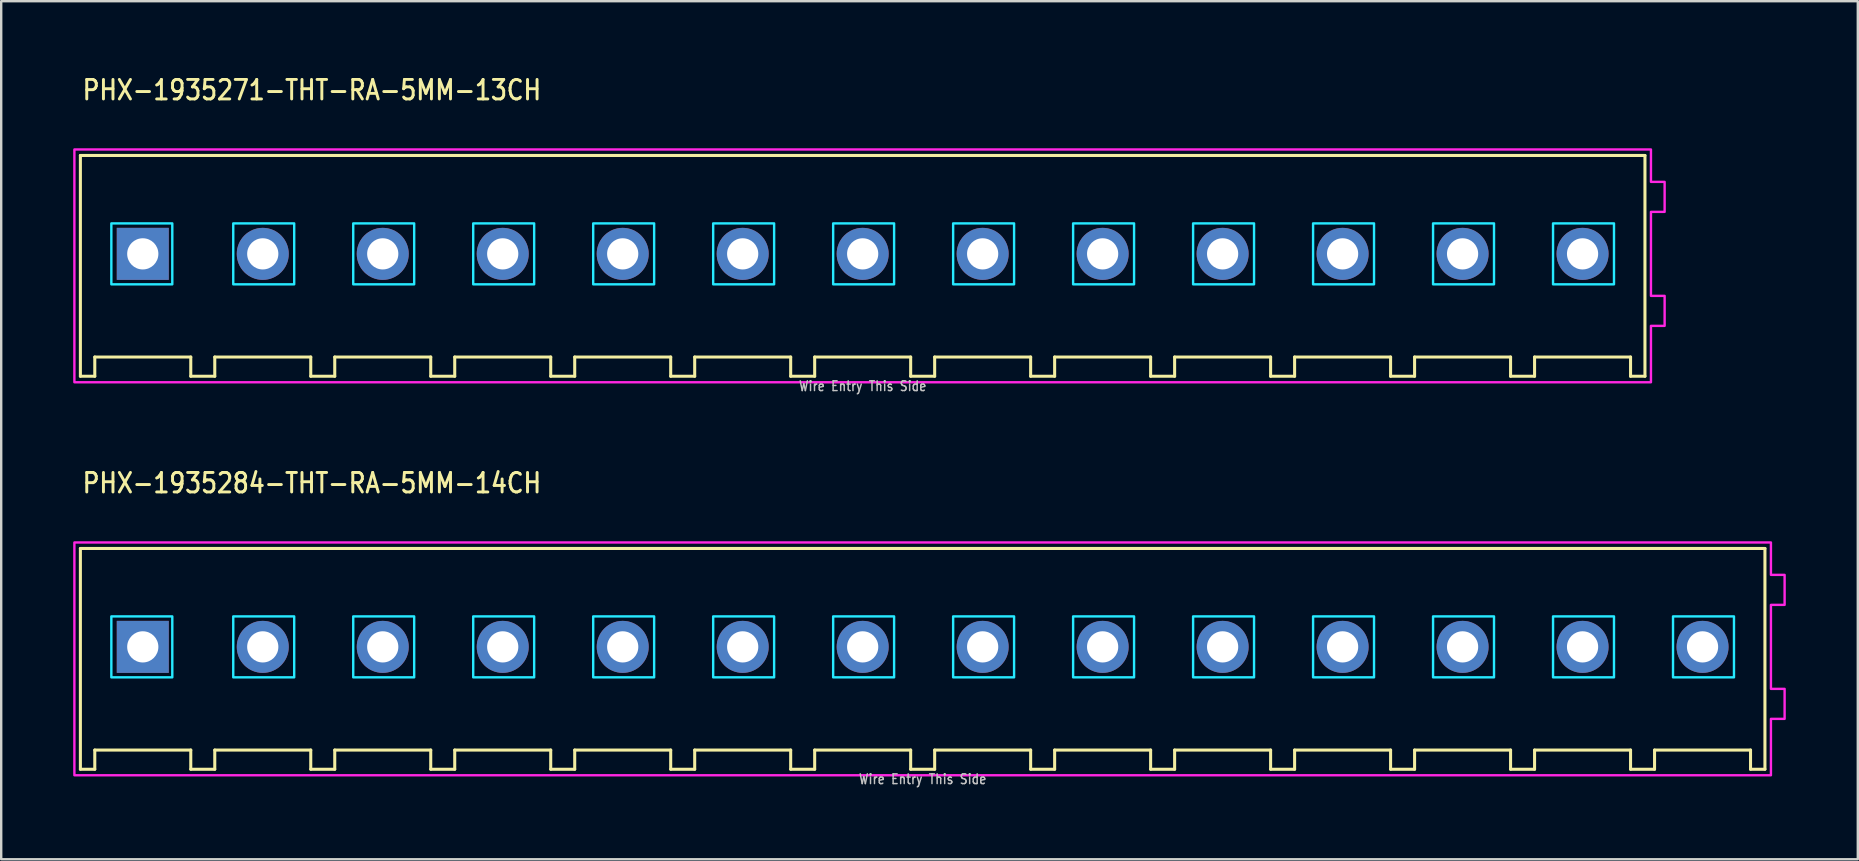
<source format=kicad_pcb>
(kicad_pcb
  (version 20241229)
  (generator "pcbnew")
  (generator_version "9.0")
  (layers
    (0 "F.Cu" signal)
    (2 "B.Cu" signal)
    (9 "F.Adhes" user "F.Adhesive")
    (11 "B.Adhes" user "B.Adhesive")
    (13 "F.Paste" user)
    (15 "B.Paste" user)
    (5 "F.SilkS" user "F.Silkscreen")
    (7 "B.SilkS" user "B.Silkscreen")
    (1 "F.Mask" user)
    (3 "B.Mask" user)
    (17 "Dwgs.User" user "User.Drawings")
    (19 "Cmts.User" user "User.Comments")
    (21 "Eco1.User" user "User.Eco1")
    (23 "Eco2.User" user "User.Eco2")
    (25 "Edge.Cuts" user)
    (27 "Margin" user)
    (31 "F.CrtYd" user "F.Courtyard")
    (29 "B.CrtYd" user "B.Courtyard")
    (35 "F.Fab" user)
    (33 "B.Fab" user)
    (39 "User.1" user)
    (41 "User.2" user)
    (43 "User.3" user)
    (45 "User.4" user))
  (footprint "PHX-1935271-THT-RA-5MM-13CH"
    (layer "F.Cu")
    (at 32.9 7.529)
    (property "Reference" "PHX-1935271-THT-RA-5MM-13CH" (at -32.58 -6.35 0) (unlocked yes) (layer "F.SilkS") (effects (font (size 0.813 0.695) (thickness 0.122)) (justify left bottom)))
    (fp_line (start -32.6 -4.1) (end -32.6 5.1) (stroke (width 0.127) (type solid)) (layer "F.SilkS"))
    (fp_line (start -32.6 5.1) (end -32 5.1) (stroke (width 0.127) (type solid)) (layer "F.SilkS"))
    (fp_line (start -32 4.3) (end -28 4.3) (stroke (width 0.127) (type solid)) (layer "F.SilkS"))
    (fp_line (start -32 5.1) (end -32 4.3) (stroke (width 0.127) (type solid)) (layer "F.SilkS"))
    (fp_line (start -28 4.3) (end -28 5.1) (stroke (width 0.127) (type solid)) (layer "F.SilkS"))
    (fp_line (start -28 5.1) (end -27 5.1) (stroke (width 0.127) (type solid)) (layer "F.SilkS"))
    (fp_line (start -27 4.3) (end -23 4.3) (stroke (width 0.127) (type solid)) (layer "F.SilkS"))
    (fp_line (start -27 5.1) (end -27 4.3) (stroke (width 0.127) (type solid)) (layer "F.SilkS"))
    (fp_line (start -23 4.3) (end -23 5.1) (stroke (width 0.127) (type solid)) (layer "F.SilkS"))
    (fp_line (start -23 5.1) (end -22 5.1) (stroke (width 0.127) (type solid)) (layer "F.SilkS"))
    (fp_line (start -22 4.3) (end -18 4.3) (stroke (width 0.127) (type solid)) (layer "F.SilkS"))
    (fp_line (start -22 5.1) (end -22 4.3) (stroke (width 0.127) (type solid)) (layer "F.SilkS"))
    (fp_line (start -18 4.3) (end -18 5.1) (stroke (width 0.127) (type solid)) (layer "F.SilkS"))
    (fp_line (start -18 5.1) (end -17 5.1) (stroke (width 0.127) (type solid)) (layer "F.SilkS"))
    (fp_line (start -17 4.3) (end -13 4.3) (stroke (width 0.127) (type solid)) (layer "F.SilkS"))
    (fp_line (start -17 5.1) (end -17 4.3) (stroke (width 0.127) (type solid)) (layer "F.SilkS"))
    (fp_line (start -13 4.3) (end -13 5.1) (stroke (width 0.127) (type solid)) (layer "F.SilkS"))
    (fp_line (start -13 5.1) (end -12 5.1) (stroke (width 0.127) (type solid)) (layer "F.SilkS"))
    (fp_line (start -12 4.3) (end -8 4.3) (stroke (width 0.127) (type solid)) (layer "F.SilkS"))
    (fp_line (start -12 5.1) (end -12 4.3) (stroke (width 0.127) (type solid)) (layer "F.SilkS"))
    (fp_line (start -8 4.3) (end -8 5.1) (stroke (width 0.127) (type solid)) (layer "F.SilkS"))
    (fp_line (start -8 5.1) (end -7 5.1) (stroke (width 0.127) (type solid)) (layer "F.SilkS"))
    (fp_line (start -7 4.3) (end -3 4.3) (stroke (width 0.127) (type solid)) (layer "F.SilkS"))
    (fp_line (start -7 5.1) (end -7 4.3) (stroke (width 0.127) (type solid)) (layer "F.SilkS"))
    (fp_line (start -3 4.3) (end -3 5.1) (stroke (width 0.127) (type solid)) (layer "F.SilkS"))
    (fp_line (start -3 5.1) (end -2 5.1) (stroke (width 0.127) (type solid)) (layer "F.SilkS"))
    (fp_line (start -2 4.3) (end 2 4.3) (stroke (width 0.127) (type solid)) (layer "F.SilkS"))
    (fp_line (start -2 5.1) (end -2 4.3) (stroke (width 0.127) (type solid)) (layer "F.SilkS"))
    (fp_line (start 2 4.3) (end 2 5.1) (stroke (width 0.127) (type solid)) (layer "F.SilkS"))
    (fp_line (start 2 5.1) (end 3 5.1) (stroke (width 0.127) (type solid)) (layer "F.SilkS"))
    (fp_line (start 3 4.3) (end 7 4.3) (stroke (width 0.127) (type solid)) (layer "F.SilkS"))
    (fp_line (start 3 5.1) (end 3 4.3) (stroke (width 0.127) (type solid)) (layer "F.SilkS"))
    (fp_line (start 7 4.3) (end 7 5.1) (stroke (width 0.127) (type solid)) (layer "F.SilkS"))
    (fp_line (start 7 5.1) (end 8 5.1) (stroke (width 0.127) (type solid)) (layer "F.SilkS"))
    (fp_line (start 8 4.3) (end 12 4.3) (stroke (width 0.127) (type solid)) (layer "F.SilkS"))
    (fp_line (start 8 5.1) (end 8 4.3) (stroke (width 0.127) (type solid)) (layer "F.SilkS"))
    (fp_line (start 12 4.3) (end 12 5.1) (stroke (width 0.127) (type solid)) (layer "F.SilkS"))
    (fp_line (start 12 5.1) (end 13 5.1) (stroke (width 0.127) (type solid)) (layer "F.SilkS"))
    (fp_line (start 13 4.3) (end 17 4.3) (stroke (width 0.127) (type solid)) (layer "F.SilkS"))
    (fp_line (start 13 5.1) (end 13 4.3) (stroke (width 0.127) (type solid)) (layer "F.SilkS"))
    (fp_line (start 17 4.3) (end 17 5.1) (stroke (width 0.127) (type solid)) (layer "F.SilkS"))
    (fp_line (start 17 5.1) (end 18 5.1) (stroke (width 0.127) (type solid)) (layer "F.SilkS"))
    (fp_line (start 18 4.3) (end 22 4.3) (stroke (width 0.127) (type solid)) (layer "F.SilkS"))
    (fp_line (start 18 5.1) (end 18 4.3) (stroke (width 0.127) (type solid)) (layer "F.SilkS"))
    (fp_line (start 22 4.3) (end 22 5.1) (stroke (width 0.127) (type solid)) (layer "F.SilkS"))
    (fp_line (start 22 5.1) (end 23 5.1) (stroke (width 0.127) (type solid)) (layer "F.SilkS"))
    (fp_line (start 23 4.3) (end 27 4.3) (stroke (width 0.127) (type solid)) (layer "F.SilkS"))
    (fp_line (start 23 5.1) (end 23 4.3) (stroke (width 0.127) (type solid)) (layer "F.SilkS"))
    (fp_line (start 27 4.3) (end 27 5.1) (stroke (width 0.127) (type solid)) (layer "F.SilkS"))
    (fp_line (start 27 5.1) (end 28 5.1) (stroke (width 0.127) (type solid)) (layer "F.SilkS"))
    (fp_line (start 28 4.3) (end 32 4.3) (stroke (width 0.127) (type solid)) (layer "F.SilkS"))
    (fp_line (start 28 5.1) (end 28 4.3) (stroke (width 0.127) (type solid)) (layer "F.SilkS"))
    (fp_line (start 32 4.3) (end 32 5.1) (stroke (width 0.127) (type solid)) (layer "F.SilkS"))
    (fp_line (start 32 5.1) (end 32.6 5.1) (stroke (width 0.127) (type solid)) (layer "F.SilkS"))
    (fp_line (start 32.6 -4.1) (end -32.6 -4.1) (stroke (width 0.127) (type solid)) (layer "F.SilkS"))
    (fp_line (start 32.6 5.1) (end 32.6 -4.1) (stroke (width 0.127) (type solid)) (layer "F.SilkS"))
    (fp_poly (pts (xy -31.31 -1.27) (xy -28.77 -1.27) (xy -28.77 1.27) (xy -31.31 1.27)) (stroke (width 0.1) (type solid)) (fill no) (layer "B.CrtYd"))
    (fp_poly (pts (xy -26.23 -1.27) (xy -23.69 -1.27) (xy -23.69 1.27) (xy -26.23 1.27)) (stroke (width 0.1) (type solid)) (fill no) (layer "B.CrtYd"))
    (fp_poly (pts (xy -21.23 -1.27) (xy -18.69 -1.27) (xy -18.69 1.27) (xy -21.23 1.27)) (stroke (width 0.1) (type solid)) (fill no) (layer "B.CrtYd"))
    (fp_poly (pts (xy -16.23 -1.27) (xy -13.69 -1.27) (xy -13.69 1.27) (xy -16.23 1.27)) (stroke (width 0.1) (type solid)) (fill no) (layer "B.CrtYd"))
    (fp_poly (pts (xy -11.23 -1.27) (xy -8.69 -1.27) (xy -8.69 1.27) (xy -11.23 1.27)) (stroke (width 0.1) (type solid)) (fill no) (layer "B.CrtYd"))
    (fp_poly (pts (xy -6.23 -1.27) (xy -3.69 -1.27) (xy -3.69 1.27) (xy -6.23 1.27)) (stroke (width 0.1) (type solid)) (fill no) (layer "B.CrtYd"))
    (fp_poly (pts (xy -1.23 -1.27) (xy 1.31 -1.27) (xy 1.31 1.27) (xy -1.23 1.27)) (stroke (width 0.1) (type solid)) (fill no) (layer "B.CrtYd"))
    (fp_poly (pts (xy 3.77 -1.27) (xy 6.31 -1.27) (xy 6.31 1.27) (xy 3.77 1.27)) (stroke (width 0.1) (type solid)) (fill no) (layer "B.CrtYd"))
    (fp_poly (pts (xy 8.77 -1.27) (xy 11.31 -1.27) (xy 11.31 1.27) (xy 8.77 1.27)) (stroke (width 0.1) (type solid)) (fill no) (layer "B.CrtYd"))
    (fp_poly (pts (xy 13.77 -1.27) (xy 16.31 -1.27) (xy 16.31 1.27) (xy 13.77 1.27)) (stroke (width 0.1) (type solid)) (fill no) (layer "B.CrtYd"))
    (fp_poly (pts (xy 18.77 -1.27) (xy 21.31 -1.27) (xy 21.31 1.27) (xy 18.77 1.27)) (stroke (width 0.1) (type solid)) (fill no) (layer "B.CrtYd"))
    (fp_poly (pts (xy 23.77 -1.27) (xy 26.31 -1.27) (xy 26.31 1.27) (xy 23.77 1.27)) (stroke (width 0.1) (type solid)) (fill no) (layer "B.CrtYd"))
    (fp_poly (pts (xy 28.77 -1.27) (xy 31.31 -1.27) (xy 31.31 1.27) (xy 28.77 1.27)) (stroke (width 0.1) (type solid)) (fill no) (layer "B.CrtYd"))
    (fp_poly (pts (xy -32.85 -4.35) (xy -32.85 5.35) (xy 32.85 5.35) (xy 32.85 3) (xy 33.42 3) (xy 33.42 1.75) (xy 32.85 1.75) (xy 32.85 -1.75) (xy 33.42 -1.75) (xy 33.42 -3) (xy 32.85 -3) (xy 32.85 -4.35)) (stroke (width 0.1) (type solid)) (fill no) (layer "F.CrtYd"))
    (fp_text user "Wire Entry This Side" (at 0 5.75 0) (unlocked yes) (layer "Dwgs.User") (effects (font (size 0.406 0.347) (thickness 0.061)) (justify bottom)))
    (pad "1" thru_hole rect (at -30 0) (size 2.167 2.167) (drill 1.3) (layers "*.Cu" "*.Mask"))
    (pad "2" thru_hole oval (at -25 0) (size 2.167 2.167) (drill 1.3) (layers "*.Cu" "*.Mask"))
    (pad "3" thru_hole oval (at -20 0) (size 2.167 2.167) (drill 1.3) (layers "*.Cu" "*.Mask"))
    (pad "4" thru_hole oval (at -15 0) (size 2.167 2.167) (drill 1.3) (layers "*.Cu" "*.Mask"))
    (pad "5" thru_hole oval (at -10 0) (size 2.167 2.167) (drill 1.3) (layers "*.Cu" "*.Mask"))
    (pad "6" thru_hole oval (at -5 0) (size 2.167 2.167) (drill 1.3) (layers "*.Cu" "*.Mask"))
    (pad "7" thru_hole oval (at 0 0) (size 2.167 2.167) (drill 1.3) (layers "*.Cu" "*.Mask"))
    (pad "8" thru_hole oval (at 5 0) (size 2.167 2.167) (drill 1.3) (layers "*.Cu" "*.Mask"))
    (pad "9" thru_hole oval (at 10 0) (size 2.167 2.167) (drill 1.3) (layers "*.Cu" "*.Mask"))
    (pad "10" thru_hole oval (at 15 0) (size 2.167 2.167) (drill 1.3) (layers "*.Cu" "*.Mask"))
    (pad "11" thru_hole oval (at 20 0) (size 2.167 2.167) (drill 1.3) (layers "*.Cu" "*.Mask"))
    (pad "12" thru_hole oval (at 25 0) (size 2.167 2.167) (drill 1.3) (layers "*.Cu" "*.Mask"))
    (pad "13" thru_hole oval (at 30 0) (size 2.167 2.167) (drill 1.3) (layers "*.Cu" "*.Mask")))
  (footprint "PHX-1935284-THT-RA-5MM-14CH"
    (layer "F.Cu")
    (at 35.4 23.907)
    (property "Reference" "PHX-1935284-THT-RA-5MM-14CH" (at -35.08 -6.35 0) (unlocked yes) (layer "F.SilkS") (effects (font (size 0.813 0.695) (thickness 0.122)) (justify left bottom)))
    (fp_line (start -35.1 -4.1) (end -35.1 5.1) (stroke (width 0.127) (type solid)) (layer "F.SilkS"))
    (fp_line (start -35.1 5.1) (end -34.5 5.1) (stroke (width 0.127) (type solid)) (layer "F.SilkS"))
    (fp_line (start -34.5 4.3) (end -30.5 4.3) (stroke (width 0.127) (type solid)) (layer "F.SilkS"))
    (fp_line (start -34.5 5.1) (end -34.5 4.3) (stroke (width 0.127) (type solid)) (layer "F.SilkS"))
    (fp_line (start -30.5 4.3) (end -30.5 5.1) (stroke (width 0.127) (type solid)) (layer "F.SilkS"))
    (fp_line (start -30.5 5.1) (end -29.5 5.1) (stroke (width 0.127) (type solid)) (layer "F.SilkS"))
    (fp_line (start -29.5 4.3) (end -25.5 4.3) (stroke (width 0.127) (type solid)) (layer "F.SilkS"))
    (fp_line (start -29.5 5.1) (end -29.5 4.3) (stroke (width 0.127) (type solid)) (layer "F.SilkS"))
    (fp_line (start -25.5 4.3) (end -25.5 5.1) (stroke (width 0.127) (type solid)) (layer "F.SilkS"))
    (fp_line (start -25.5 5.1) (end -24.5 5.1) (stroke (width 0.127) (type solid)) (layer "F.SilkS"))
    (fp_line (start -24.5 4.3) (end -20.5 4.3) (stroke (width 0.127) (type solid)) (layer "F.SilkS"))
    (fp_line (start -24.5 5.1) (end -24.5 4.3) (stroke (width 0.127) (type solid)) (layer "F.SilkS"))
    (fp_line (start -20.5 4.3) (end -20.5 5.1) (stroke (width 0.127) (type solid)) (layer "F.SilkS"))
    (fp_line (start -20.5 5.1) (end -19.5 5.1) (stroke (width 0.127) (type solid)) (layer "F.SilkS"))
    (fp_line (start -19.5 4.3) (end -15.5 4.3) (stroke (width 0.127) (type solid)) (layer "F.SilkS"))
    (fp_line (start -19.5 5.1) (end -19.5 4.3) (stroke (width 0.127) (type solid)) (layer "F.SilkS"))
    (fp_line (start -15.5 4.3) (end -15.5 5.1) (stroke (width 0.127) (type solid)) (layer "F.SilkS"))
    (fp_line (start -15.5 5.1) (end -14.5 5.1) (stroke (width 0.127) (type solid)) (layer "F.SilkS"))
    (fp_line (start -14.5 4.3) (end -10.5 4.3) (stroke (width 0.127) (type solid)) (layer "F.SilkS"))
    (fp_line (start -14.5 5.1) (end -14.5 4.3) (stroke (width 0.127) (type solid)) (layer "F.SilkS"))
    (fp_line (start -10.5 4.3) (end -10.5 5.1) (stroke (width 0.127) (type solid)) (layer "F.SilkS"))
    (fp_line (start -10.5 5.1) (end -9.5 5.1) (stroke (width 0.127) (type solid)) (layer "F.SilkS"))
    (fp_line (start -9.5 4.3) (end -5.5 4.3) (stroke (width 0.127) (type solid)) (layer "F.SilkS"))
    (fp_line (start -9.5 5.1) (end -9.5 4.3) (stroke (width 0.127) (type solid)) (layer "F.SilkS"))
    (fp_line (start -5.5 4.3) (end -5.5 5.1) (stroke (width 0.127) (type solid)) (layer "F.SilkS"))
    (fp_line (start -5.5 5.1) (end -4.5 5.1) (stroke (width 0.127) (type solid)) (layer "F.SilkS"))
    (fp_line (start -4.5 4.3) (end -0.5 4.3) (stroke (width 0.127) (type solid)) (layer "F.SilkS"))
    (fp_line (start -4.5 5.1) (end -4.5 4.3) (stroke (width 0.127) (type solid)) (layer "F.SilkS"))
    (fp_line (start -0.5 4.3) (end -0.5 5.1) (stroke (width 0.127) (type solid)) (layer "F.SilkS"))
    (fp_line (start -0.5 5.1) (end 0.5 5.1) (stroke (width 0.127) (type solid)) (layer "F.SilkS"))
    (fp_line (start 0.5 4.3) (end 4.5 4.3) (stroke (width 0.127) (type solid)) (layer "F.SilkS"))
    (fp_line (start 0.5 5.1) (end 0.5 4.3) (stroke (width 0.127) (type solid)) (layer "F.SilkS"))
    (fp_line (start 4.5 4.3) (end 4.5 5.1) (stroke (width 0.127) (type solid)) (layer "F.SilkS"))
    (fp_line (start 4.5 5.1) (end 5.5 5.1) (stroke (width 0.127) (type solid)) (layer "F.SilkS"))
    (fp_line (start 5.5 4.3) (end 9.5 4.3) (stroke (width 0.127) (type solid)) (layer "F.SilkS"))
    (fp_line (start 5.5 5.1) (end 5.5 4.3) (stroke (width 0.127) (type solid)) (layer "F.SilkS"))
    (fp_line (start 9.5 4.3) (end 9.5 5.1) (stroke (width 0.127) (type solid)) (layer "F.SilkS"))
    (fp_line (start 9.5 5.1) (end 10.5 5.1) (stroke (width 0.127) (type solid)) (layer "F.SilkS"))
    (fp_line (start 10.5 4.3) (end 14.5 4.3) (stroke (width 0.127) (type solid)) (layer "F.SilkS"))
    (fp_line (start 10.5 5.1) (end 10.5 4.3) (stroke (width 0.127) (type solid)) (layer "F.SilkS"))
    (fp_line (start 14.5 4.3) (end 14.5 5.1) (stroke (width 0.127) (type solid)) (layer "F.SilkS"))
    (fp_line (start 14.5 5.1) (end 15.5 5.1) (stroke (width 0.127) (type solid)) (layer "F.SilkS"))
    (fp_line (start 15.5 4.3) (end 19.5 4.3) (stroke (width 0.127) (type solid)) (layer "F.SilkS"))
    (fp_line (start 15.5 5.1) (end 15.5 4.3) (stroke (width 0.127) (type solid)) (layer "F.SilkS"))
    (fp_line (start 19.5 4.3) (end 19.5 5.1) (stroke (width 0.127) (type solid)) (layer "F.SilkS"))
    (fp_line (start 19.5 5.1) (end 20.5 5.1) (stroke (width 0.127) (type solid)) (layer "F.SilkS"))
    (fp_line (start 20.5 4.3) (end 24.5 4.3) (stroke (width 0.127) (type solid)) (layer "F.SilkS"))
    (fp_line (start 20.5 5.1) (end 20.5 4.3) (stroke (width 0.127) (type solid)) (layer "F.SilkS"))
    (fp_line (start 24.5 4.3) (end 24.5 5.1) (stroke (width 0.127) (type solid)) (layer "F.SilkS"))
    (fp_line (start 24.5 5.1) (end 25.5 5.1) (stroke (width 0.127) (type solid)) (layer "F.SilkS"))
    (fp_line (start 25.5 4.3) (end 29.5 4.3) (stroke (width 0.127) (type solid)) (layer "F.SilkS"))
    (fp_line (start 25.5 5.1) (end 25.5 4.3) (stroke (width 0.127) (type solid)) (layer "F.SilkS"))
    (fp_line (start 29.5 4.3) (end 29.5 5.1) (stroke (width 0.127) (type solid)) (layer "F.SilkS"))
    (fp_line (start 29.5 5.1) (end 30.5 5.1) (stroke (width 0.127) (type solid)) (layer "F.SilkS"))
    (fp_line (start 30.5 4.3) (end 34.5 4.3) (stroke (width 0.127) (type solid)) (layer "F.SilkS"))
    (fp_line (start 30.5 5.1) (end 30.5 4.3) (stroke (width 0.127) (type solid)) (layer "F.SilkS"))
    (fp_line (start 34.5 4.3) (end 34.5 5.1) (stroke (width 0.127) (type solid)) (layer "F.SilkS"))
    (fp_line (start 34.5 5.1) (end 35.1 5.1) (stroke (width 0.127) (type solid)) (layer "F.SilkS"))
    (fp_line (start 35.1 -4.1) (end -35.1 -4.1) (stroke (width 0.127) (type solid)) (layer "F.SilkS"))
    (fp_line (start 35.1 5.1) (end 35.1 -4.1) (stroke (width 0.127) (type solid)) (layer "F.SilkS"))
    (fp_poly (pts (xy -33.81 -1.27) (xy -31.27 -1.27) (xy -31.27 1.27) (xy -33.81 1.27)) (stroke (width 0.1) (type solid)) (fill no) (layer "B.CrtYd"))
    (fp_poly (pts (xy -28.73 -1.27) (xy -26.19 -1.27) (xy -26.19 1.27) (xy -28.73 1.27)) (stroke (width 0.1) (type solid)) (fill no) (layer "B.CrtYd"))
    (fp_poly (pts (xy -23.73 -1.27) (xy -21.19 -1.27) (xy -21.19 1.27) (xy -23.73 1.27)) (stroke (width 0.1) (type solid)) (fill no) (layer "B.CrtYd"))
    (fp_poly (pts (xy -18.73 -1.27) (xy -16.19 -1.27) (xy -16.19 1.27) (xy -18.73 1.27)) (stroke (width 0.1) (type solid)) (fill no) (layer "B.CrtYd"))
    (fp_poly (pts (xy -13.73 -1.27) (xy -11.19 -1.27) (xy -11.19 1.27) (xy -13.73 1.27)) (stroke (width 0.1) (type solid)) (fill no) (layer "B.CrtYd"))
    (fp_poly (pts (xy -8.73 -1.27) (xy -6.19 -1.27) (xy -6.19 1.27) (xy -8.73 1.27)) (stroke (width 0.1) (type solid)) (fill no) (layer "B.CrtYd"))
    (fp_poly (pts (xy -3.73 -1.27) (xy -1.19 -1.27) (xy -1.19 1.27) (xy -3.73 1.27)) (stroke (width 0.1) (type solid)) (fill no) (layer "B.CrtYd"))
    (fp_poly (pts (xy 1.27 -1.27) (xy 3.81 -1.27) (xy 3.81 1.27) (xy 1.27 1.27)) (stroke (width 0.1) (type solid)) (fill no) (layer "B.CrtYd"))
    (fp_poly (pts (xy 6.27 -1.27) (xy 8.81 -1.27) (xy 8.81 1.27) (xy 6.27 1.27)) (stroke (width 0.1) (type solid)) (fill no) (layer "B.CrtYd"))
    (fp_poly (pts (xy 11.27 -1.27) (xy 13.81 -1.27) (xy 13.81 1.27) (xy 11.27 1.27)) (stroke (width 0.1) (type solid)) (fill no) (layer "B.CrtYd"))
    (fp_poly (pts (xy 16.27 -1.27) (xy 18.81 -1.27) (xy 18.81 1.27) (xy 16.27 1.27)) (stroke (width 0.1) (type solid)) (fill no) (layer "B.CrtYd"))
    (fp_poly (pts (xy 21.27 -1.27) (xy 23.81 -1.27) (xy 23.81 1.27) (xy 21.27 1.27)) (stroke (width 0.1) (type solid)) (fill no) (layer "B.CrtYd"))
    (fp_poly (pts (xy 26.27 -1.27) (xy 28.81 -1.27) (xy 28.81 1.27) (xy 26.27 1.27)) (stroke (width 0.1) (type solid)) (fill no) (layer "B.CrtYd"))
    (fp_poly (pts (xy 31.27 -1.27) (xy 33.81 -1.27) (xy 33.81 1.27) (xy 31.27 1.27)) (stroke (width 0.1) (type solid)) (fill no) (layer "B.CrtYd"))
    (fp_poly (pts (xy -35.35 -4.35) (xy -35.35 5.35) (xy 35.35 5.35) (xy 35.35 3) (xy 35.92 3) (xy 35.92 1.75) (xy 35.35 1.75) (xy 35.35 -1.75) (xy 35.92 -1.75) (xy 35.92 -3) (xy 35.35 -3) (xy 35.35 -4.35)) (stroke (width 0.1) (type solid)) (fill no) (layer "F.CrtYd"))
    (fp_text user "Wire Entry This Side" (at 0 5.75 0) (unlocked yes) (layer "Dwgs.User") (effects (font (size 0.406 0.347) (thickness 0.061)) (justify bottom)))
    (pad "1" thru_hole rect (at -32.5 0) (size 2.167 2.167) (drill 1.3) (layers "*.Cu" "*.Mask"))
    (pad "2" thru_hole oval (at -27.5 0) (size 2.167 2.167) (drill 1.3) (layers "*.Cu" "*.Mask"))
    (pad "3" thru_hole oval (at -22.5 0) (size 2.167 2.167) (drill 1.3) (layers "*.Cu" "*.Mask"))
    (pad "4" thru_hole oval (at -17.5 0) (size 2.167 2.167) (drill 1.3) (layers "*.Cu" "*.Mask"))
    (pad "5" thru_hole oval (at -12.5 0) (size 2.167 2.167) (drill 1.3) (layers "*.Cu" "*.Mask"))
    (pad "6" thru_hole oval (at -7.5 0) (size 2.167 2.167) (drill 1.3) (layers "*.Cu" "*.Mask"))
    (pad "7" thru_hole oval (at -2.5 0) (size 2.167 2.167) (drill 1.3) (layers "*.Cu" "*.Mask"))
    (pad "8" thru_hole oval (at 2.5 0) (size 2.167 2.167) (drill 1.3) (layers "*.Cu" "*.Mask"))
    (pad "9" thru_hole oval (at 7.5 0) (size 2.167 2.167) (drill 1.3) (layers "*.Cu" "*.Mask"))
    (pad "10" thru_hole oval (at 12.5 0) (size 2.167 2.167) (drill 1.3) (layers "*.Cu" "*.Mask"))
    (pad "11" thru_hole oval (at 17.5 0) (size 2.167 2.167) (drill 1.3) (layers "*.Cu" "*.Mask"))
    (pad "12" thru_hole oval (at 22.5 0) (size 2.167 2.167) (drill 1.3) (layers "*.Cu" "*.Mask"))
    (pad "13" thru_hole oval (at 27.5 0) (size 2.167 2.167) (drill 1.3) (layers "*.Cu" "*.Mask"))
    (pad "14" thru_hole oval (at 32.5 0) (size 2.167 2.167) (drill 1.3) (layers "*.Cu" "*.Mask")))
  (gr_rect
    (start -3 -3)
    (end 74.37 32.757)
    (stroke (width 0.1) (type default))
    (fill no)
    (layer "Edge.Cuts")))
</source>
